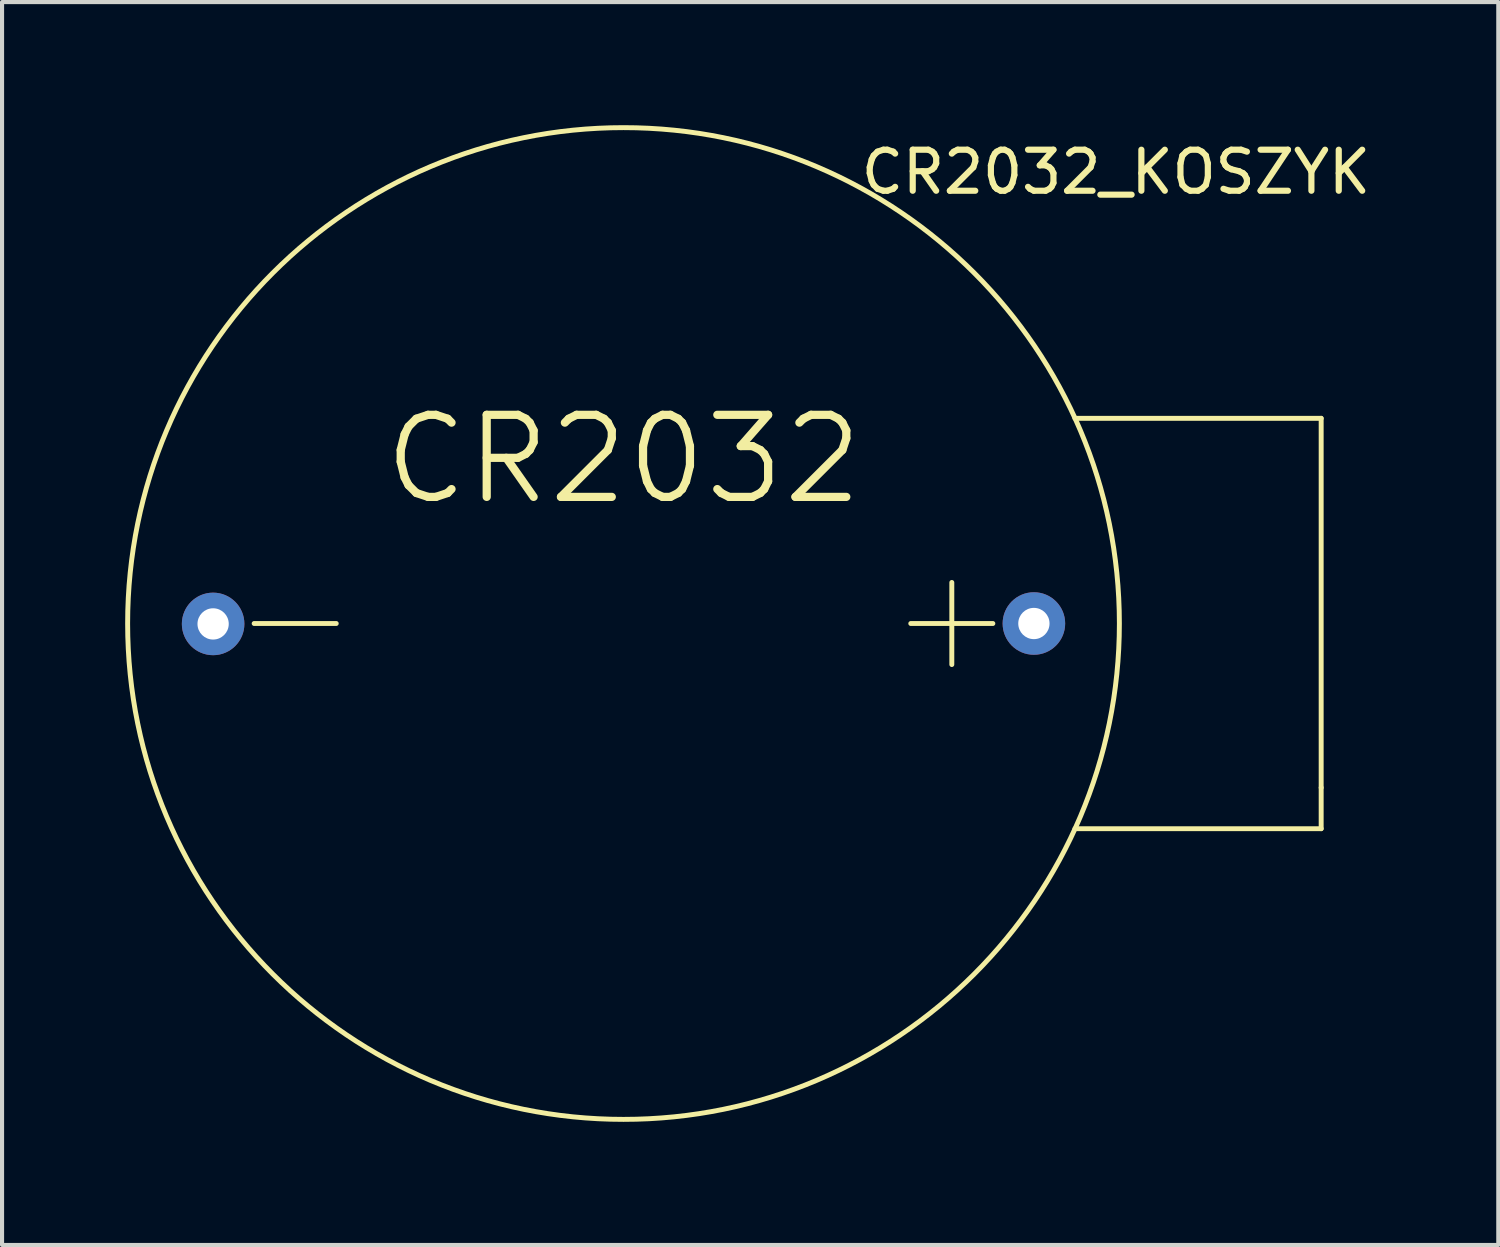
<source format=kicad_pcb>
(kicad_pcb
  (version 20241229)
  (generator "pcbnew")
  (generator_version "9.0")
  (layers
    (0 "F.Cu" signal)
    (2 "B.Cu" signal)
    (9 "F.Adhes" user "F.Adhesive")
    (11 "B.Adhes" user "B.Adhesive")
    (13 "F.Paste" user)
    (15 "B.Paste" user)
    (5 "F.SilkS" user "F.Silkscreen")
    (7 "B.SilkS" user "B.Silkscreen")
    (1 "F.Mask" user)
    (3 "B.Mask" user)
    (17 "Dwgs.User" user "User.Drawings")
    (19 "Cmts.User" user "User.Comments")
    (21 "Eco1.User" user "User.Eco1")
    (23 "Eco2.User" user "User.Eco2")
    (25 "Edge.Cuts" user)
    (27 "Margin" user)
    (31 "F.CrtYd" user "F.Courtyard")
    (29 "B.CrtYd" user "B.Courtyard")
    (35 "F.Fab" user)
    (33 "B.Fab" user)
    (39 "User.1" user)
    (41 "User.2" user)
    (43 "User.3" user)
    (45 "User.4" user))
  (footprint "CR2032_KOSZYK"
    (layer "F.Cu")
    (at 12.143 1.143)
    (property "Reference" "CR2032_KOSZYK" (at 12 0 0) (layer "F.SilkS") (effects (font (size 1 1) (thickness 0.15))))
    (attr through_hole)
    (fp_line (start -9 11) (end -7 11) (stroke (width 0.12) (type solid)) (layer "F.SilkS"))
    (fp_line (start 8 10) (end 8 12) (stroke (width 0.12) (type solid)) (layer "F.SilkS"))
    (fp_line (start 9 11) (end 7 11) (stroke (width 0.12) (type solid)) (layer "F.SilkS"))
    (fp_line (start 11 6) (end 17 6) (stroke (width 0.12) (type solid)) (layer "F.SilkS"))
    (fp_line (start 11 16) (end 17 16) (stroke (width 0.12) (type solid)) (layer "F.SilkS"))
    (fp_line (start 17 6) (end 17 15) (stroke (width 0.12) (type solid)) (layer "F.SilkS"))
    (fp_line (start 17 16) (end 17 15) (stroke (width 0.12) (type solid)) (layer "F.SilkS"))
    (fp_circle (center 0 11) (end 11 16) (stroke (width 0.12) (type solid)) (fill no) (layer "F.SilkS"))
    (fp_text user "CR2032" (at 0 7 0) (layer "F.SilkS") (effects (font (size 2 2) (thickness 0.2))))
    (pad "1" thru_hole circle (at -10 11.01) (size 1.524 1.524) (drill 0.762) (layers "*.Cu" "*.Mask"))
    (pad "2" thru_hole circle (at 10 11) (size 1.524 1.524) (drill 0.762) (layers "*.Cu" "*.Mask")))
  (gr_rect
    (start -3 -3)
    (end 33.459 27.286)
    (stroke (width 0.1) (type default))
    (fill no)
    (layer "Edge.Cuts")))
</source>
